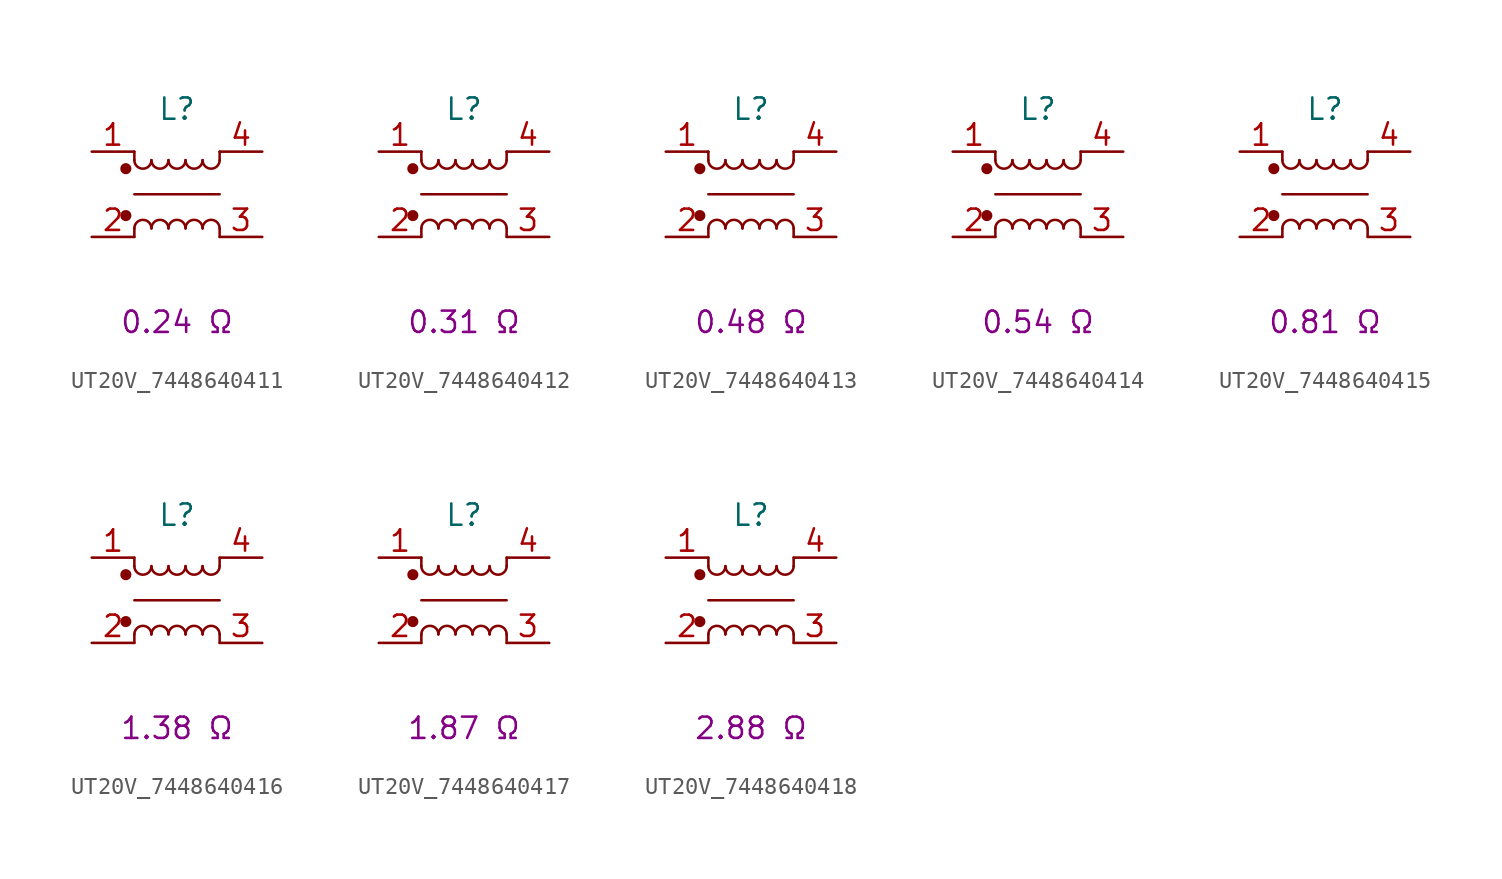
<source format=kicad_sym>
(kicad_symbol_lib
  (version 20220914)
  (generator kicad_symbol_editor)
  (symbol "UT20V_7448640411"
    (pin_names hide)
    (property "Reference" "L"
      (at 0 5.08 0)
      (effects (font (size 1.27 1.27))))
    (property "Critical Parameter" "0.24 Ω"
      (at 0 -7.62 0)
      (effects (font (size 1.27 1.27))))
    (symbol "UT20V_7448640411_0_1"
      (circle (center -3.048 -1.27) (radius 0.254) (stroke (width 0) (type default)) (fill (type outline)))
      (circle (center -3.048 1.524) (radius 0.254) (stroke (width 0) (type default)) (fill (type outline)))
      (arc (start -2.54 2.032) (mid -2.032 1.5262) (end -1.524 2.032) (stroke (width 0) (type default)) (fill (type none)))
      (arc (start -1.524 -2.032) (mid -2.032 -1.5262) (end -2.54 -2.032) (stroke (width 0) (type default)) (fill (type none)))
      (arc (start -1.524 2.032) (mid -1.016 1.5262) (end -0.508 2.032) (stroke (width 0) (type default)) (fill (type none)))
      (arc (start -0.508 -2.032) (mid -1.016 -1.5262) (end -1.524 -2.032) (stroke (width 0) (type default)) (fill (type none)))
      (arc (start -0.508 2.032) (mid 0 1.5262) (end 0.508 2.032) (stroke (width 0) (type default)) (fill (type none)))
      (polyline (pts (xy -2.54 -2.032) (xy -2.54 -2.54)) (stroke (width 0) (type default)) (fill (type none)))
      (polyline (pts (xy -2.54 2.032) (xy -2.54 2.54)) (stroke (width 0) (type default)) (fill (type none)))
      (polyline (pts (xy 2.54 -2.032) (xy 2.54 -2.54)) (stroke (width 0) (type default)) (fill (type none)))
      (polyline (pts (xy 2.54 0) (xy -2.54 0)) (stroke (width 0) (type default)) (fill (type none)))
      (polyline (pts (xy 2.54 2.54) (xy 2.54 2.032)) (stroke (width 0) (type default)) (fill (type none)))
      (arc (start 0.508 -2.032) (mid 0 -1.5262) (end -0.508 -2.032) (stroke (width 0) (type default)) (fill (type none)))
      (arc (start 0.508 2.032) (mid 1.016 1.5262) (end 1.524 2.032) (stroke (width 0) (type default)) (fill (type none)))
      (arc (start 1.524 -2.032) (mid 1.016 -1.5262) (end 0.508 -2.032) (stroke (width 0) (type default)) (fill (type none)))
      (arc (start 1.524 2.032) (mid 2.032 1.5262) (end 2.54 2.032) (stroke (width 0) (type default)) (fill (type none)))
      (arc (start 2.54 -2.032) (mid 2.032 -1.5262) (end 1.524 -2.032) (stroke (width 0) (type default)) (fill (type none))))
    (symbol "UT20V_7448640411_1_1"
      (pin passive line (at -5.08 2.54 0) (length 2.54) (name "1" (effects (font (size 1.27 1.27)))) (number "1" (effects (font (size 1.27 1.27)))))
      (pin passive line (at -5.08 -2.54 0) (length 2.54) (name "2" (effects (font (size 1.27 1.27)))) (number "2" (effects (font (size 1.27 1.27)))))
      (pin passive line (at 5.08 -2.54 180) (length 2.54) (name "3" (effects (font (size 1.27 1.27)))) (number "3" (effects (font (size 1.27 1.27)))))
      (pin passive line (at 5.08 2.54 180) (length 2.54) (name "4" (effects (font (size 1.27 1.27)))) (number "4" (effects (font (size 1.27 1.27)))))))
  (symbol "UT20V_7448640412"
    (pin_names hide)
    (property "Reference" "L"
      (at 0 5.08 0)
      (effects (font (size 1.27 1.27))))
    (property "Critical Parameter" "0.31 Ω"
      (at 0 -7.62 0)
      (effects (font (size 1.27 1.27))))
    (symbol "UT20V_7448640412_0_1"
      (circle (center -3.048 -1.27) (radius 0.254) (stroke (width 0) (type default)) (fill (type outline)))
      (circle (center -3.048 1.524) (radius 0.254) (stroke (width 0) (type default)) (fill (type outline)))
      (arc (start -2.54 2.032) (mid -2.032 1.5262) (end -1.524 2.032) (stroke (width 0) (type default)) (fill (type none)))
      (arc (start -1.524 -2.032) (mid -2.032 -1.5262) (end -2.54 -2.032) (stroke (width 0) (type default)) (fill (type none)))
      (arc (start -1.524 2.032) (mid -1.016 1.5262) (end -0.508 2.032) (stroke (width 0) (type default)) (fill (type none)))
      (arc (start -0.508 -2.032) (mid -1.016 -1.5262) (end -1.524 -2.032) (stroke (width 0) (type default)) (fill (type none)))
      (arc (start -0.508 2.032) (mid 0 1.5262) (end 0.508 2.032) (stroke (width 0) (type default)) (fill (type none)))
      (polyline (pts (xy -2.54 -2.032) (xy -2.54 -2.54)) (stroke (width 0) (type default)) (fill (type none)))
      (polyline (pts (xy -2.54 2.032) (xy -2.54 2.54)) (stroke (width 0) (type default)) (fill (type none)))
      (polyline (pts (xy 2.54 -2.032) (xy 2.54 -2.54)) (stroke (width 0) (type default)) (fill (type none)))
      (polyline (pts (xy 2.54 0) (xy -2.54 0)) (stroke (width 0) (type default)) (fill (type none)))
      (polyline (pts (xy 2.54 2.54) (xy 2.54 2.032)) (stroke (width 0) (type default)) (fill (type none)))
      (arc (start 0.508 -2.032) (mid 0 -1.5262) (end -0.508 -2.032) (stroke (width 0) (type default)) (fill (type none)))
      (arc (start 0.508 2.032) (mid 1.016 1.5262) (end 1.524 2.032) (stroke (width 0) (type default)) (fill (type none)))
      (arc (start 1.524 -2.032) (mid 1.016 -1.5262) (end 0.508 -2.032) (stroke (width 0) (type default)) (fill (type none)))
      (arc (start 1.524 2.032) (mid 2.032 1.5262) (end 2.54 2.032) (stroke (width 0) (type default)) (fill (type none)))
      (arc (start 2.54 -2.032) (mid 2.032 -1.5262) (end 1.524 -2.032) (stroke (width 0) (type default)) (fill (type none))))
    (symbol "UT20V_7448640412_1_1"
      (pin passive line (at -5.08 2.54 0) (length 2.54) (name "1" (effects (font (size 1.27 1.27)))) (number "1" (effects (font (size 1.27 1.27)))))
      (pin passive line (at -5.08 -2.54 0) (length 2.54) (name "2" (effects (font (size 1.27 1.27)))) (number "2" (effects (font (size 1.27 1.27)))))
      (pin passive line (at 5.08 -2.54 180) (length 2.54) (name "3" (effects (font (size 1.27 1.27)))) (number "3" (effects (font (size 1.27 1.27)))))
      (pin passive line (at 5.08 2.54 180) (length 2.54) (name "4" (effects (font (size 1.27 1.27)))) (number "4" (effects (font (size 1.27 1.27)))))))
  (symbol "UT20V_7448640413"
    (pin_names hide)
    (property "Reference" "L"
      (at 0 5.08 0)
      (effects (font (size 1.27 1.27))))
    (property "Critical Parameter" "0.48 Ω"
      (at 0 -7.62 0)
      (effects (font (size 1.27 1.27))))
    (symbol "UT20V_7448640413_0_1"
      (circle (center -3.048 -1.27) (radius 0.254) (stroke (width 0) (type default)) (fill (type outline)))
      (circle (center -3.048 1.524) (radius 0.254) (stroke (width 0) (type default)) (fill (type outline)))
      (arc (start -2.54 2.032) (mid -2.032 1.5262) (end -1.524 2.032) (stroke (width 0) (type default)) (fill (type none)))
      (arc (start -1.524 -2.032) (mid -2.032 -1.5262) (end -2.54 -2.032) (stroke (width 0) (type default)) (fill (type none)))
      (arc (start -1.524 2.032) (mid -1.016 1.5262) (end -0.508 2.032) (stroke (width 0) (type default)) (fill (type none)))
      (arc (start -0.508 -2.032) (mid -1.016 -1.5262) (end -1.524 -2.032) (stroke (width 0) (type default)) (fill (type none)))
      (arc (start -0.508 2.032) (mid 0 1.5262) (end 0.508 2.032) (stroke (width 0) (type default)) (fill (type none)))
      (polyline (pts (xy -2.54 -2.032) (xy -2.54 -2.54)) (stroke (width 0) (type default)) (fill (type none)))
      (polyline (pts (xy -2.54 2.032) (xy -2.54 2.54)) (stroke (width 0) (type default)) (fill (type none)))
      (polyline (pts (xy 2.54 -2.032) (xy 2.54 -2.54)) (stroke (width 0) (type default)) (fill (type none)))
      (polyline (pts (xy 2.54 0) (xy -2.54 0)) (stroke (width 0) (type default)) (fill (type none)))
      (polyline (pts (xy 2.54 2.54) (xy 2.54 2.032)) (stroke (width 0) (type default)) (fill (type none)))
      (arc (start 0.508 -2.032) (mid 0 -1.5262) (end -0.508 -2.032) (stroke (width 0) (type default)) (fill (type none)))
      (arc (start 0.508 2.032) (mid 1.016 1.5262) (end 1.524 2.032) (stroke (width 0) (type default)) (fill (type none)))
      (arc (start 1.524 -2.032) (mid 1.016 -1.5262) (end 0.508 -2.032) (stroke (width 0) (type default)) (fill (type none)))
      (arc (start 1.524 2.032) (mid 2.032 1.5262) (end 2.54 2.032) (stroke (width 0) (type default)) (fill (type none)))
      (arc (start 2.54 -2.032) (mid 2.032 -1.5262) (end 1.524 -2.032) (stroke (width 0) (type default)) (fill (type none))))
    (symbol "UT20V_7448640413_1_1"
      (pin passive line (at -5.08 2.54 0) (length 2.54) (name "1" (effects (font (size 1.27 1.27)))) (number "1" (effects (font (size 1.27 1.27)))))
      (pin passive line (at -5.08 -2.54 0) (length 2.54) (name "2" (effects (font (size 1.27 1.27)))) (number "2" (effects (font (size 1.27 1.27)))))
      (pin passive line (at 5.08 -2.54 180) (length 2.54) (name "3" (effects (font (size 1.27 1.27)))) (number "3" (effects (font (size 1.27 1.27)))))
      (pin passive line (at 5.08 2.54 180) (length 2.54) (name "4" (effects (font (size 1.27 1.27)))) (number "4" (effects (font (size 1.27 1.27)))))))
  (symbol "UT20V_7448640414"
    (pin_names hide)
    (property "Reference" "L"
      (at 0 5.08 0)
      (effects (font (size 1.27 1.27))))
    (property "Critical Parameter" "0.54 Ω"
      (at 0 -7.62 0)
      (effects (font (size 1.27 1.27))))
    (symbol "UT20V_7448640414_0_1"
      (circle (center -3.048 -1.27) (radius 0.254) (stroke (width 0) (type default)) (fill (type outline)))
      (circle (center -3.048 1.524) (radius 0.254) (stroke (width 0) (type default)) (fill (type outline)))
      (arc (start -2.54 2.032) (mid -2.032 1.5262) (end -1.524 2.032) (stroke (width 0) (type default)) (fill (type none)))
      (arc (start -1.524 -2.032) (mid -2.032 -1.5262) (end -2.54 -2.032) (stroke (width 0) (type default)) (fill (type none)))
      (arc (start -1.524 2.032) (mid -1.016 1.5262) (end -0.508 2.032) (stroke (width 0) (type default)) (fill (type none)))
      (arc (start -0.508 -2.032) (mid -1.016 -1.5262) (end -1.524 -2.032) (stroke (width 0) (type default)) (fill (type none)))
      (arc (start -0.508 2.032) (mid 0 1.5262) (end 0.508 2.032) (stroke (width 0) (type default)) (fill (type none)))
      (polyline (pts (xy -2.54 -2.032) (xy -2.54 -2.54)) (stroke (width 0) (type default)) (fill (type none)))
      (polyline (pts (xy -2.54 2.032) (xy -2.54 2.54)) (stroke (width 0) (type default)) (fill (type none)))
      (polyline (pts (xy 2.54 -2.032) (xy 2.54 -2.54)) (stroke (width 0) (type default)) (fill (type none)))
      (polyline (pts (xy 2.54 0) (xy -2.54 0)) (stroke (width 0) (type default)) (fill (type none)))
      (polyline (pts (xy 2.54 2.54) (xy 2.54 2.032)) (stroke (width 0) (type default)) (fill (type none)))
      (arc (start 0.508 -2.032) (mid 0 -1.5262) (end -0.508 -2.032) (stroke (width 0) (type default)) (fill (type none)))
      (arc (start 0.508 2.032) (mid 1.016 1.5262) (end 1.524 2.032) (stroke (width 0) (type default)) (fill (type none)))
      (arc (start 1.524 -2.032) (mid 1.016 -1.5262) (end 0.508 -2.032) (stroke (width 0) (type default)) (fill (type none)))
      (arc (start 1.524 2.032) (mid 2.032 1.5262) (end 2.54 2.032) (stroke (width 0) (type default)) (fill (type none)))
      (arc (start 2.54 -2.032) (mid 2.032 -1.5262) (end 1.524 -2.032) (stroke (width 0) (type default)) (fill (type none))))
    (symbol "UT20V_7448640414_1_1"
      (pin passive line (at -5.08 2.54 0) (length 2.54) (name "1" (effects (font (size 1.27 1.27)))) (number "1" (effects (font (size 1.27 1.27)))))
      (pin passive line (at -5.08 -2.54 0) (length 2.54) (name "2" (effects (font (size 1.27 1.27)))) (number "2" (effects (font (size 1.27 1.27)))))
      (pin passive line (at 5.08 -2.54 180) (length 2.54) (name "3" (effects (font (size 1.27 1.27)))) (number "3" (effects (font (size 1.27 1.27)))))
      (pin passive line (at 5.08 2.54 180) (length 2.54) (name "4" (effects (font (size 1.27 1.27)))) (number "4" (effects (font (size 1.27 1.27)))))))
  (symbol "UT20V_7448640415"
    (pin_names hide)
    (property "Reference" "L"
      (at 0 5.08 0)
      (effects (font (size 1.27 1.27))))
    (property "Critical Parameter" "0.81 Ω"
      (at 0 -7.62 0)
      (effects (font (size 1.27 1.27))))
    (symbol "UT20V_7448640415_0_1"
      (circle (center -3.048 -1.27) (radius 0.254) (stroke (width 0) (type default)) (fill (type outline)))
      (circle (center -3.048 1.524) (radius 0.254) (stroke (width 0) (type default)) (fill (type outline)))
      (arc (start -2.54 2.032) (mid -2.032 1.5262) (end -1.524 2.032) (stroke (width 0) (type default)) (fill (type none)))
      (arc (start -1.524 -2.032) (mid -2.032 -1.5262) (end -2.54 -2.032) (stroke (width 0) (type default)) (fill (type none)))
      (arc (start -1.524 2.032) (mid -1.016 1.5262) (end -0.508 2.032) (stroke (width 0) (type default)) (fill (type none)))
      (arc (start -0.508 -2.032) (mid -1.016 -1.5262) (end -1.524 -2.032) (stroke (width 0) (type default)) (fill (type none)))
      (arc (start -0.508 2.032) (mid 0 1.5262) (end 0.508 2.032) (stroke (width 0) (type default)) (fill (type none)))
      (polyline (pts (xy -2.54 -2.032) (xy -2.54 -2.54)) (stroke (width 0) (type default)) (fill (type none)))
      (polyline (pts (xy -2.54 2.032) (xy -2.54 2.54)) (stroke (width 0) (type default)) (fill (type none)))
      (polyline (pts (xy 2.54 -2.032) (xy 2.54 -2.54)) (stroke (width 0) (type default)) (fill (type none)))
      (polyline (pts (xy 2.54 0) (xy -2.54 0)) (stroke (width 0) (type default)) (fill (type none)))
      (polyline (pts (xy 2.54 2.54) (xy 2.54 2.032)) (stroke (width 0) (type default)) (fill (type none)))
      (arc (start 0.508 -2.032) (mid 0 -1.5262) (end -0.508 -2.032) (stroke (width 0) (type default)) (fill (type none)))
      (arc (start 0.508 2.032) (mid 1.016 1.5262) (end 1.524 2.032) (stroke (width 0) (type default)) (fill (type none)))
      (arc (start 1.524 -2.032) (mid 1.016 -1.5262) (end 0.508 -2.032) (stroke (width 0) (type default)) (fill (type none)))
      (arc (start 1.524 2.032) (mid 2.032 1.5262) (end 2.54 2.032) (stroke (width 0) (type default)) (fill (type none)))
      (arc (start 2.54 -2.032) (mid 2.032 -1.5262) (end 1.524 -2.032) (stroke (width 0) (type default)) (fill (type none))))
    (symbol "UT20V_7448640415_1_1"
      (pin passive line (at -5.08 2.54 0) (length 2.54) (name "1" (effects (font (size 1.27 1.27)))) (number "1" (effects (font (size 1.27 1.27)))))
      (pin passive line (at -5.08 -2.54 0) (length 2.54) (name "2" (effects (font (size 1.27 1.27)))) (number "2" (effects (font (size 1.27 1.27)))))
      (pin passive line (at 5.08 -2.54 180) (length 2.54) (name "3" (effects (font (size 1.27 1.27)))) (number "3" (effects (font (size 1.27 1.27)))))
      (pin passive line (at 5.08 2.54 180) (length 2.54) (name "4" (effects (font (size 1.27 1.27)))) (number "4" (effects (font (size 1.27 1.27)))))))
  (symbol "UT20V_7448640416"
    (pin_names hide)
    (property "Reference" "L"
      (at 0 5.08 0)
      (effects (font (size 1.27 1.27))))
    (property "Critical Parameter" "1.38 Ω"
      (at 0 -7.62 0)
      (effects (font (size 1.27 1.27))))
    (symbol "UT20V_7448640416_0_1"
      (circle (center -3.048 -1.27) (radius 0.254) (stroke (width 0) (type default)) (fill (type outline)))
      (circle (center -3.048 1.524) (radius 0.254) (stroke (width 0) (type default)) (fill (type outline)))
      (arc (start -2.54 2.032) (mid -2.032 1.5262) (end -1.524 2.032) (stroke (width 0) (type default)) (fill (type none)))
      (arc (start -1.524 -2.032) (mid -2.032 -1.5262) (end -2.54 -2.032) (stroke (width 0) (type default)) (fill (type none)))
      (arc (start -1.524 2.032) (mid -1.016 1.5262) (end -0.508 2.032) (stroke (width 0) (type default)) (fill (type none)))
      (arc (start -0.508 -2.032) (mid -1.016 -1.5262) (end -1.524 -2.032) (stroke (width 0) (type default)) (fill (type none)))
      (arc (start -0.508 2.032) (mid 0 1.5262) (end 0.508 2.032) (stroke (width 0) (type default)) (fill (type none)))
      (polyline (pts (xy -2.54 -2.032) (xy -2.54 -2.54)) (stroke (width 0) (type default)) (fill (type none)))
      (polyline (pts (xy -2.54 2.032) (xy -2.54 2.54)) (stroke (width 0) (type default)) (fill (type none)))
      (polyline (pts (xy 2.54 -2.032) (xy 2.54 -2.54)) (stroke (width 0) (type default)) (fill (type none)))
      (polyline (pts (xy 2.54 0) (xy -2.54 0)) (stroke (width 0) (type default)) (fill (type none)))
      (polyline (pts (xy 2.54 2.54) (xy 2.54 2.032)) (stroke (width 0) (type default)) (fill (type none)))
      (arc (start 0.508 -2.032) (mid 0 -1.5262) (end -0.508 -2.032) (stroke (width 0) (type default)) (fill (type none)))
      (arc (start 0.508 2.032) (mid 1.016 1.5262) (end 1.524 2.032) (stroke (width 0) (type default)) (fill (type none)))
      (arc (start 1.524 -2.032) (mid 1.016 -1.5262) (end 0.508 -2.032) (stroke (width 0) (type default)) (fill (type none)))
      (arc (start 1.524 2.032) (mid 2.032 1.5262) (end 2.54 2.032) (stroke (width 0) (type default)) (fill (type none)))
      (arc (start 2.54 -2.032) (mid 2.032 -1.5262) (end 1.524 -2.032) (stroke (width 0) (type default)) (fill (type none))))
    (symbol "UT20V_7448640416_1_1"
      (pin passive line (at -5.08 2.54 0) (length 2.54) (name "1" (effects (font (size 1.27 1.27)))) (number "1" (effects (font (size 1.27 1.27)))))
      (pin passive line (at -5.08 -2.54 0) (length 2.54) (name "2" (effects (font (size 1.27 1.27)))) (number "2" (effects (font (size 1.27 1.27)))))
      (pin passive line (at 5.08 -2.54 180) (length 2.54) (name "3" (effects (font (size 1.27 1.27)))) (number "3" (effects (font (size 1.27 1.27)))))
      (pin passive line (at 5.08 2.54 180) (length 2.54) (name "4" (effects (font (size 1.27 1.27)))) (number "4" (effects (font (size 1.27 1.27)))))))
  (symbol "UT20V_7448640417"
    (pin_names hide)
    (property "Reference" "L"
      (at 0 5.08 0)
      (effects (font (size 1.27 1.27))))
    (property "Critical Parameter" "1.87 Ω"
      (at 0 -7.62 0)
      (effects (font (size 1.27 1.27))))
    (symbol "UT20V_7448640417_0_1"
      (circle (center -3.048 -1.27) (radius 0.254) (stroke (width 0) (type default)) (fill (type outline)))
      (circle (center -3.048 1.524) (radius 0.254) (stroke (width 0) (type default)) (fill (type outline)))
      (arc (start -2.54 2.032) (mid -2.032 1.5262) (end -1.524 2.032) (stroke (width 0) (type default)) (fill (type none)))
      (arc (start -1.524 -2.032) (mid -2.032 -1.5262) (end -2.54 -2.032) (stroke (width 0) (type default)) (fill (type none)))
      (arc (start -1.524 2.032) (mid -1.016 1.5262) (end -0.508 2.032) (stroke (width 0) (type default)) (fill (type none)))
      (arc (start -0.508 -2.032) (mid -1.016 -1.5262) (end -1.524 -2.032) (stroke (width 0) (type default)) (fill (type none)))
      (arc (start -0.508 2.032) (mid 0 1.5262) (end 0.508 2.032) (stroke (width 0) (type default)) (fill (type none)))
      (polyline (pts (xy -2.54 -2.032) (xy -2.54 -2.54)) (stroke (width 0) (type default)) (fill (type none)))
      (polyline (pts (xy -2.54 2.032) (xy -2.54 2.54)) (stroke (width 0) (type default)) (fill (type none)))
      (polyline (pts (xy 2.54 -2.032) (xy 2.54 -2.54)) (stroke (width 0) (type default)) (fill (type none)))
      (polyline (pts (xy 2.54 0) (xy -2.54 0)) (stroke (width 0) (type default)) (fill (type none)))
      (polyline (pts (xy 2.54 2.54) (xy 2.54 2.032)) (stroke (width 0) (type default)) (fill (type none)))
      (arc (start 0.508 -2.032) (mid 0 -1.5262) (end -0.508 -2.032) (stroke (width 0) (type default)) (fill (type none)))
      (arc (start 0.508 2.032) (mid 1.016 1.5262) (end 1.524 2.032) (stroke (width 0) (type default)) (fill (type none)))
      (arc (start 1.524 -2.032) (mid 1.016 -1.5262) (end 0.508 -2.032) (stroke (width 0) (type default)) (fill (type none)))
      (arc (start 1.524 2.032) (mid 2.032 1.5262) (end 2.54 2.032) (stroke (width 0) (type default)) (fill (type none)))
      (arc (start 2.54 -2.032) (mid 2.032 -1.5262) (end 1.524 -2.032) (stroke (width 0) (type default)) (fill (type none))))
    (symbol "UT20V_7448640417_1_1"
      (pin passive line (at -5.08 2.54 0) (length 2.54) (name "1" (effects (font (size 1.27 1.27)))) (number "1" (effects (font (size 1.27 1.27)))))
      (pin passive line (at -5.08 -2.54 0) (length 2.54) (name "2" (effects (font (size 1.27 1.27)))) (number "2" (effects (font (size 1.27 1.27)))))
      (pin passive line (at 5.08 -2.54 180) (length 2.54) (name "3" (effects (font (size 1.27 1.27)))) (number "3" (effects (font (size 1.27 1.27)))))
      (pin passive line (at 5.08 2.54 180) (length 2.54) (name "4" (effects (font (size 1.27 1.27)))) (number "4" (effects (font (size 1.27 1.27)))))))
  (symbol "UT20V_7448640418"
    (pin_names hide)
    (property "Reference" "L"
      (at 0 5.08 0)
      (effects (font (size 1.27 1.27))))
    (property "Critical Parameter" "2.88 Ω"
      (at 0 -7.62 0)
      (effects (font (size 1.27 1.27))))
    (symbol "UT20V_7448640418_0_1"
      (circle (center -3.048 -1.27) (radius 0.254) (stroke (width 0) (type default)) (fill (type outline)))
      (circle (center -3.048 1.524) (radius 0.254) (stroke (width 0) (type default)) (fill (type outline)))
      (arc (start -2.54 2.032) (mid -2.032 1.5262) (end -1.524 2.032) (stroke (width 0) (type default)) (fill (type none)))
      (arc (start -1.524 -2.032) (mid -2.032 -1.5262) (end -2.54 -2.032) (stroke (width 0) (type default)) (fill (type none)))
      (arc (start -1.524 2.032) (mid -1.016 1.5262) (end -0.508 2.032) (stroke (width 0) (type default)) (fill (type none)))
      (arc (start -0.508 -2.032) (mid -1.016 -1.5262) (end -1.524 -2.032) (stroke (width 0) (type default)) (fill (type none)))
      (arc (start -0.508 2.032) (mid 0 1.5262) (end 0.508 2.032) (stroke (width 0) (type default)) (fill (type none)))
      (polyline (pts (xy -2.54 -2.032) (xy -2.54 -2.54)) (stroke (width 0) (type default)) (fill (type none)))
      (polyline (pts (xy -2.54 2.032) (xy -2.54 2.54)) (stroke (width 0) (type default)) (fill (type none)))
      (polyline (pts (xy 2.54 -2.032) (xy 2.54 -2.54)) (stroke (width 0) (type default)) (fill (type none)))
      (polyline (pts (xy 2.54 0) (xy -2.54 0)) (stroke (width 0) (type default)) (fill (type none)))
      (polyline (pts (xy 2.54 2.54) (xy 2.54 2.032)) (stroke (width 0) (type default)) (fill (type none)))
      (arc (start 0.508 -2.032) (mid 0 -1.5262) (end -0.508 -2.032) (stroke (width 0) (type default)) (fill (type none)))
      (arc (start 0.508 2.032) (mid 1.016 1.5262) (end 1.524 2.032) (stroke (width 0) (type default)) (fill (type none)))
      (arc (start 1.524 -2.032) (mid 1.016 -1.5262) (end 0.508 -2.032) (stroke (width 0) (type default)) (fill (type none)))
      (arc (start 1.524 2.032) (mid 2.032 1.5262) (end 2.54 2.032) (stroke (width 0) (type default)) (fill (type none)))
      (arc (start 2.54 -2.032) (mid 2.032 -1.5262) (end 1.524 -2.032) (stroke (width 0) (type default)) (fill (type none))))
    (symbol "UT20V_7448640418_1_1"
      (pin passive line (at -5.08 2.54 0) (length 2.54) (name "1" (effects (font (size 1.27 1.27)))) (number "1" (effects (font (size 1.27 1.27)))))
      (pin passive line (at -5.08 -2.54 0) (length 2.54) (name "2" (effects (font (size 1.27 1.27)))) (number "2" (effects (font (size 1.27 1.27)))))
      (pin passive line (at 5.08 -2.54 180) (length 2.54) (name "3" (effects (font (size 1.27 1.27)))) (number "3" (effects (font (size 1.27 1.27)))))
      (pin passive line (at 5.08 2.54 180) (length 2.54) (name "4" (effects (font (size 1.27 1.27)))) (number "4" (effects (font (size 1.27 1.27))))))))
</source>
